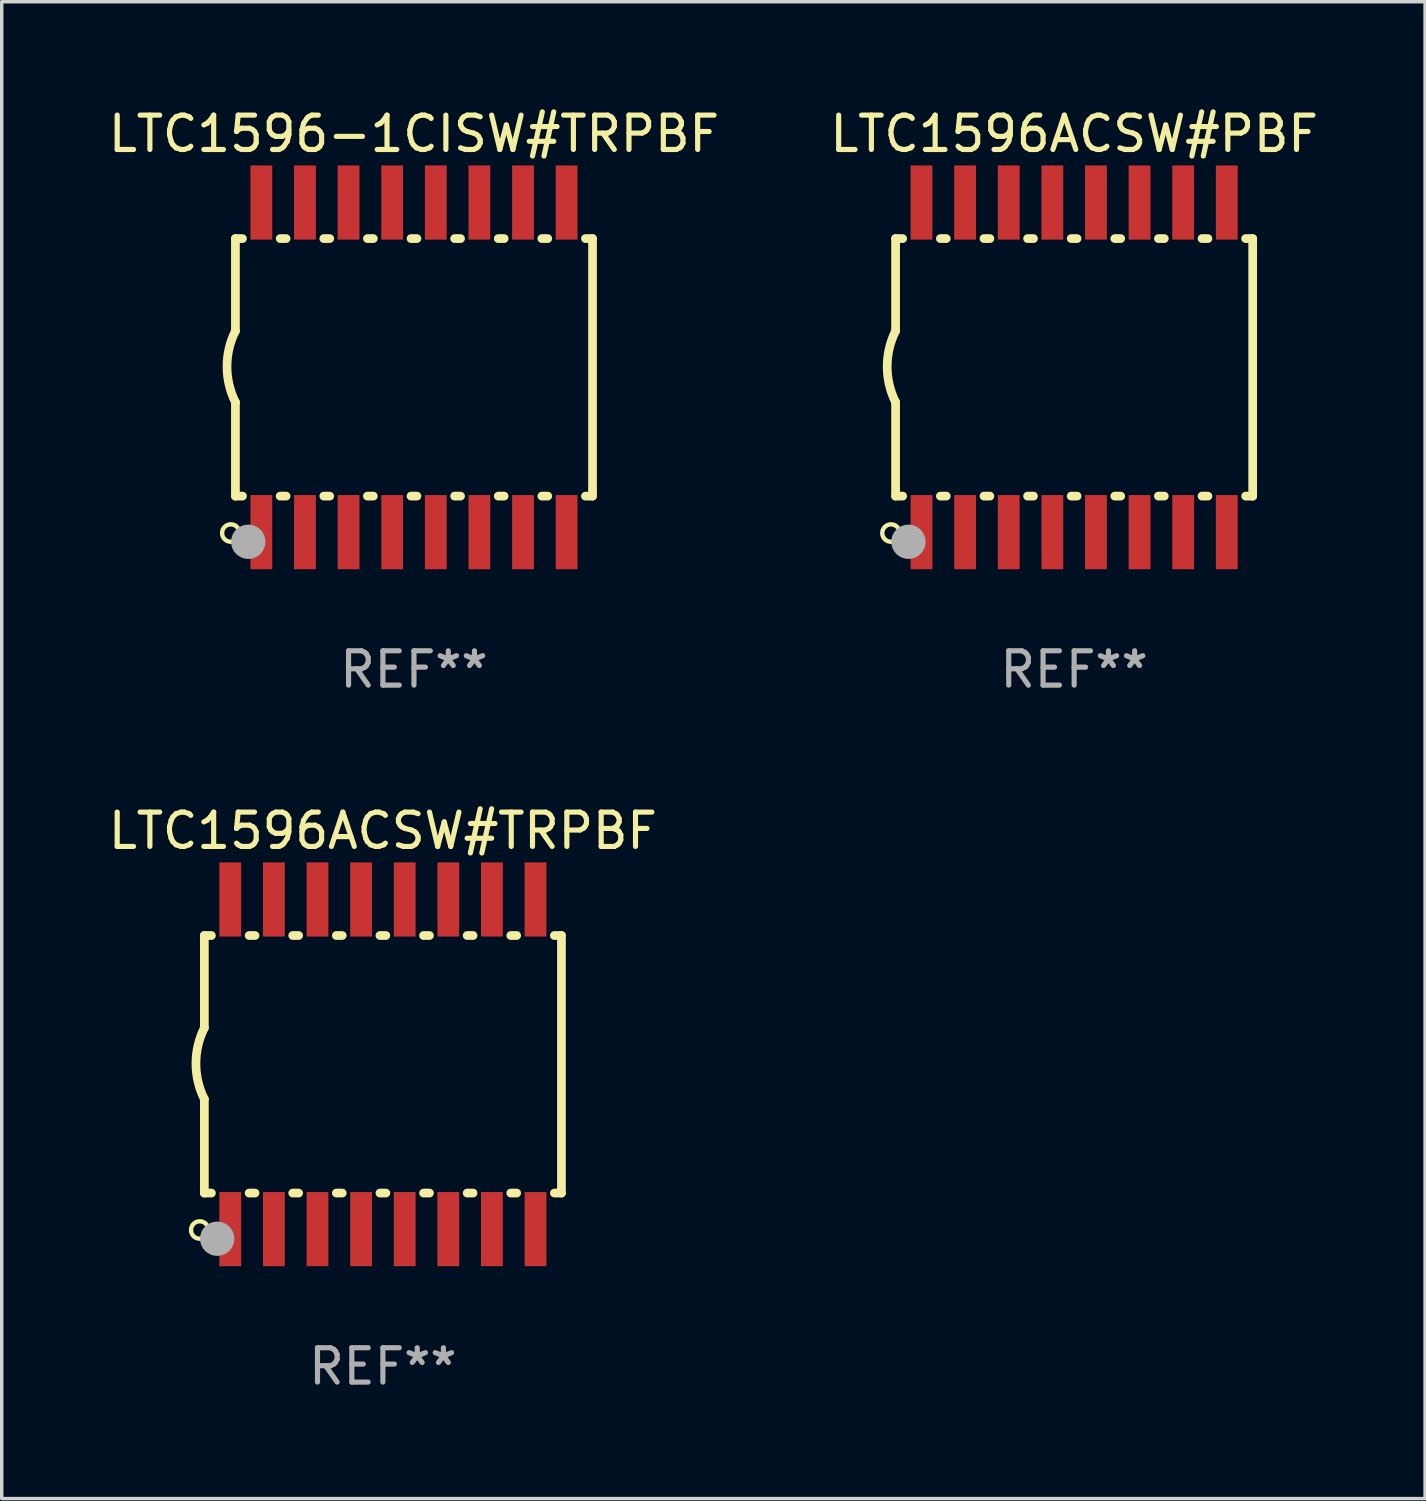
<source format=kicad_pcb>
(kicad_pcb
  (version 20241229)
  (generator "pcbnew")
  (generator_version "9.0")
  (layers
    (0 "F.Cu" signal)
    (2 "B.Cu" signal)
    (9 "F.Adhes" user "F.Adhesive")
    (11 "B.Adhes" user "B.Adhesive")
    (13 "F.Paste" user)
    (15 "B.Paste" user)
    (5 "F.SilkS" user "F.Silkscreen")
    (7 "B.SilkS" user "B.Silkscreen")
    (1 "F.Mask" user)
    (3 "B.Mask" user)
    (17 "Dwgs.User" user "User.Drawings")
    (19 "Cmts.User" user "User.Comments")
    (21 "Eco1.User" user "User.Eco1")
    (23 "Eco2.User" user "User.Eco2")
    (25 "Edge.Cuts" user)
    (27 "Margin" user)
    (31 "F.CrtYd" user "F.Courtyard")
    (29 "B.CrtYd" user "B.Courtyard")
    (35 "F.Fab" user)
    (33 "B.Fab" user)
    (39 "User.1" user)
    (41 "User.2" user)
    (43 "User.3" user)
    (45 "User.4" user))
  (footprint "LTC1596ACSW#TRPBF"
    (layer "F.Cu")
    (at 8.101 27.945)
    (property "Reference" "LTC1596ACSW#TRPBF" (at 0 -6.8 0) (layer "F.SilkS") (effects (font (size 1 1) (thickness 0.15))))
    (attr through_hole)
    (fp_line (start -5.2 -3.75) (end -5.2 -1.06) (stroke (width 0.254) (type solid)) (layer "F.SilkS"))
    (fp_line (start -5.2 -3.75) (end -4.994 -3.75) (stroke (width 0.254) (type solid)) (layer "F.SilkS"))
    (fp_line (start -5.2 3.75) (end -5.2 1.016) (stroke (width 0.254) (type solid)) (layer "F.SilkS"))
    (fp_line (start -5.2 3.75) (end -4.994 3.75) (stroke (width 0.254) (type solid)) (layer "F.SilkS"))
    (fp_line (start -3.896 -3.75) (end -3.724 -3.75) (stroke (width 0.254) (type solid)) (layer "F.SilkS"))
    (fp_line (start -3.896 3.75) (end -3.724 3.75) (stroke (width 0.254) (type solid)) (layer "F.SilkS"))
    (fp_line (start -2.626 -3.75) (end -2.454 -3.75) (stroke (width 0.254) (type solid)) (layer "F.SilkS"))
    (fp_line (start -2.626 3.75) (end -2.454 3.75) (stroke (width 0.254) (type solid)) (layer "F.SilkS"))
    (fp_line (start -1.356 -3.75) (end -1.184 -3.75) (stroke (width 0.254) (type solid)) (layer "F.SilkS"))
    (fp_line (start -1.356 3.75) (end -1.184 3.75) (stroke (width 0.254) (type solid)) (layer "F.SilkS"))
    (fp_line (start -0.086 -3.75) (end 0.086 -3.75) (stroke (width 0.254) (type solid)) (layer "F.SilkS"))
    (fp_line (start -0.086 3.75) (end 0.086 3.75) (stroke (width 0.254) (type solid)) (layer "F.SilkS"))
    (fp_line (start 1.184 -3.75) (end 1.356 -3.75) (stroke (width 0.254) (type solid)) (layer "F.SilkS"))
    (fp_line (start 1.184 3.75) (end 1.356 3.75) (stroke (width 0.254) (type solid)) (layer "F.SilkS"))
    (fp_line (start 2.454 -3.75) (end 2.626 -3.75) (stroke (width 0.254) (type solid)) (layer "F.SilkS"))
    (fp_line (start 2.454 3.75) (end 2.626 3.75) (stroke (width 0.254) (type solid)) (layer "F.SilkS"))
    (fp_line (start 3.724 -3.75) (end 3.896 -3.75) (stroke (width 0.254) (type solid)) (layer "F.SilkS"))
    (fp_line (start 3.724 3.75) (end 3.896 3.75) (stroke (width 0.254) (type solid)) (layer "F.SilkS"))
    (fp_line (start 4.994 -3.75) (end 5.2 -3.75) (stroke (width 0.254) (type solid)) (layer "F.SilkS"))
    (fp_line (start 4.994 3.75) (end 5.2 3.75) (stroke (width 0.254) (type solid)) (layer "F.SilkS"))
    (fp_line (start 5.2 3.75) (end 5.2 -3.75) (stroke (width 0.254) (type solid)) (layer "F.SilkS"))
    (fp_arc (start -5.199391 1.016002) (mid -5.444637 -0.021925) (end -5.2 -1.059995) (stroke (width 0.254001) (type solid)) (layer "F.SilkS"))
    (fp_circle (center -5.334 4.826) (end -5.08 4.826) (stroke (width 0.127) (type solid)) (fill no) (layer "F.SilkS"))
    (fp_circle (center -5.15 5.15) (end -5.12 5.15) (stroke (width 0.06) (type solid)) (fill no) (layer "F.SilkS"))
    (fp_circle (center -4.826 5.08) (end -4.576 5.08) (stroke (width 0.5) (type solid)) (fill no) (layer "F.Fab"))
    (fp_text user "REF**" (at 0 8.8 0) (layer "F.Fab") (effects (font (size 1 1) (thickness 0.15))))
    (pad "1" smd rect (at -4.445 4.8) (size 0.635 2.16) (layers "F.Cu" "F.Mask" "F.Paste"))
    (pad "2" smd rect (at -3.175 4.8) (size 0.635 2.16) (layers "F.Cu" "F.Mask" "F.Paste"))
    (pad "3" smd rect (at -1.905 4.8) (size 0.635 2.16) (layers "F.Cu" "F.Mask" "F.Paste"))
    (pad "4" smd rect (at -0.635 4.8) (size 0.635 2.16) (layers "F.Cu" "F.Mask" "F.Paste"))
    (pad "5" smd rect (at 0.635 4.8) (size 0.635 2.16) (layers "F.Cu" "F.Mask" "F.Paste"))
    (pad "6" smd rect (at 1.905 4.8) (size 0.635 2.16) (layers "F.Cu" "F.Mask" "F.Paste"))
    (pad "7" smd rect (at 3.175 4.8) (size 0.635 2.16) (layers "F.Cu" "F.Mask" "F.Paste"))
    (pad "8" smd rect (at 4.445 4.8) (size 0.635 2.16) (layers "F.Cu" "F.Mask" "F.Paste"))
    (pad "9" smd rect (at 4.445 -4.8) (size 0.635 2.16) (layers "F.Cu" "F.Mask" "F.Paste"))
    (pad "10" smd rect (at 3.175 -4.8) (size 0.635 2.16) (layers "F.Cu" "F.Mask" "F.Paste"))
    (pad "11" smd rect (at 1.905 -4.8) (size 0.635 2.16) (layers "F.Cu" "F.Mask" "F.Paste"))
    (pad "12" smd rect (at 0.635 -4.8) (size 0.635 2.16) (layers "F.Cu" "F.Mask" "F.Paste"))
    (pad "13" smd rect (at -0.635 -4.8) (size 0.635 2.16) (layers "F.Cu" "F.Mask" "F.Paste"))
    (pad "14" smd rect (at -1.905 -4.8) (size 0.635 2.16) (layers "F.Cu" "F.Mask" "F.Paste"))
    (pad "15" smd rect (at -3.175 -4.8) (size 0.635 2.16) (layers "F.Cu" "F.Mask" "F.Paste"))
    (pad "16" smd rect (at -4.445 -4.8) (size 0.635 2.16) (layers "F.Cu" "F.Mask" "F.Paste")))
  (footprint "LTC1596ACSW#PBF"
    (layer "F.Cu")
    (at 28.232 7.648)
    (property "Reference" "LTC1596ACSW#PBF" (at 0 -6.8 0) (layer "F.SilkS") (effects (font (size 1 1) (thickness 0.15))))
    (attr through_hole)
    (fp_line (start -5.2 -3.75) (end -5.2 -1.06) (stroke (width 0.254) (type solid)) (layer "F.SilkS"))
    (fp_line (start -5.2 -3.75) (end -4.994 -3.75) (stroke (width 0.254) (type solid)) (layer "F.SilkS"))
    (fp_line (start -5.2 3.75) (end -5.2 1.016) (stroke (width 0.254) (type solid)) (layer "F.SilkS"))
    (fp_line (start -5.2 3.75) (end -4.994 3.75) (stroke (width 0.254) (type solid)) (layer "F.SilkS"))
    (fp_line (start -3.896 -3.75) (end -3.724 -3.75) (stroke (width 0.254) (type solid)) (layer "F.SilkS"))
    (fp_line (start -3.896 3.75) (end -3.724 3.75) (stroke (width 0.254) (type solid)) (layer "F.SilkS"))
    (fp_line (start -2.626 -3.75) (end -2.454 -3.75) (stroke (width 0.254) (type solid)) (layer "F.SilkS"))
    (fp_line (start -2.626 3.75) (end -2.454 3.75) (stroke (width 0.254) (type solid)) (layer "F.SilkS"))
    (fp_line (start -1.356 -3.75) (end -1.184 -3.75) (stroke (width 0.254) (type solid)) (layer "F.SilkS"))
    (fp_line (start -1.356 3.75) (end -1.184 3.75) (stroke (width 0.254) (type solid)) (layer "F.SilkS"))
    (fp_line (start -0.086 -3.75) (end 0.086 -3.75) (stroke (width 0.254) (type solid)) (layer "F.SilkS"))
    (fp_line (start -0.086 3.75) (end 0.086 3.75) (stroke (width 0.254) (type solid)) (layer "F.SilkS"))
    (fp_line (start 1.184 -3.75) (end 1.356 -3.75) (stroke (width 0.254) (type solid)) (layer "F.SilkS"))
    (fp_line (start 1.184 3.75) (end 1.356 3.75) (stroke (width 0.254) (type solid)) (layer "F.SilkS"))
    (fp_line (start 2.454 -3.75) (end 2.626 -3.75) (stroke (width 0.254) (type solid)) (layer "F.SilkS"))
    (fp_line (start 2.454 3.75) (end 2.626 3.75) (stroke (width 0.254) (type solid)) (layer "F.SilkS"))
    (fp_line (start 3.724 -3.75) (end 3.896 -3.75) (stroke (width 0.254) (type solid)) (layer "F.SilkS"))
    (fp_line (start 3.724 3.75) (end 3.896 3.75) (stroke (width 0.254) (type solid)) (layer "F.SilkS"))
    (fp_line (start 4.994 -3.75) (end 5.2 -3.75) (stroke (width 0.254) (type solid)) (layer "F.SilkS"))
    (fp_line (start 4.994 3.75) (end 5.2 3.75) (stroke (width 0.254) (type solid)) (layer "F.SilkS"))
    (fp_line (start 5.2 3.75) (end 5.2 -3.75) (stroke (width 0.254) (type solid)) (layer "F.SilkS"))
    (fp_arc (start -5.199391 1.016002) (mid -5.444637 -0.021925) (end -5.2 -1.059995) (stroke (width 0.254001) (type solid)) (layer "F.SilkS"))
    (fp_circle (center -5.334 4.826) (end -5.08 4.826) (stroke (width 0.127) (type solid)) (fill no) (layer "F.SilkS"))
    (fp_circle (center -5.15 5.15) (end -5.12 5.15) (stroke (width 0.06) (type solid)) (fill no) (layer "F.SilkS"))
    (fp_circle (center -4.826 5.08) (end -4.576 5.08) (stroke (width 0.5) (type solid)) (fill no) (layer "F.Fab"))
    (fp_text user "REF**" (at 0 8.8 0) (layer "F.Fab") (effects (font (size 1 1) (thickness 0.15))))
    (pad "1" smd rect (at -4.445 4.8) (size 0.635 2.16) (layers "F.Cu" "F.Mask" "F.Paste"))
    (pad "2" smd rect (at -3.175 4.8) (size 0.635 2.16) (layers "F.Cu" "F.Mask" "F.Paste"))
    (pad "3" smd rect (at -1.905 4.8) (size 0.635 2.16) (layers "F.Cu" "F.Mask" "F.Paste"))
    (pad "4" smd rect (at -0.635 4.8) (size 0.635 2.16) (layers "F.Cu" "F.Mask" "F.Paste"))
    (pad "5" smd rect (at 0.635 4.8) (size 0.635 2.16) (layers "F.Cu" "F.Mask" "F.Paste"))
    (pad "6" smd rect (at 1.905 4.8) (size 0.635 2.16) (layers "F.Cu" "F.Mask" "F.Paste"))
    (pad "7" smd rect (at 3.175 4.8) (size 0.635 2.16) (layers "F.Cu" "F.Mask" "F.Paste"))
    (pad "8" smd rect (at 4.445 4.8) (size 0.635 2.16) (layers "F.Cu" "F.Mask" "F.Paste"))
    (pad "9" smd rect (at 4.445 -4.8) (size 0.635 2.16) (layers "F.Cu" "F.Mask" "F.Paste"))
    (pad "10" smd rect (at 3.175 -4.8) (size 0.635 2.16) (layers "F.Cu" "F.Mask" "F.Paste"))
    (pad "11" smd rect (at 1.905 -4.8) (size 0.635 2.16) (layers "F.Cu" "F.Mask" "F.Paste"))
    (pad "12" smd rect (at 0.635 -4.8) (size 0.635 2.16) (layers "F.Cu" "F.Mask" "F.Paste"))
    (pad "13" smd rect (at -0.635 -4.8) (size 0.635 2.16) (layers "F.Cu" "F.Mask" "F.Paste"))
    (pad "14" smd rect (at -1.905 -4.8) (size 0.635 2.16) (layers "F.Cu" "F.Mask" "F.Paste"))
    (pad "15" smd rect (at -3.175 -4.8) (size 0.635 2.16) (layers "F.Cu" "F.Mask" "F.Paste"))
    (pad "16" smd rect (at -4.445 -4.8) (size 0.635 2.16) (layers "F.Cu" "F.Mask" "F.Paste")))
  (footprint "LTC1596-1CISW#TRPBF"
    (layer "F.Cu")
    (at 9.006 7.648)
    (property "Reference" "LTC1596-1CISW#TRPBF" (at 0 -6.8 0) (layer "F.SilkS") (effects (font (size 1 1) (thickness 0.15))))
    (attr through_hole)
    (fp_line (start -5.2 -3.75) (end -5.2 -1.06) (stroke (width 0.254) (type solid)) (layer "F.SilkS"))
    (fp_line (start -5.2 -3.75) (end -4.994 -3.75) (stroke (width 0.254) (type solid)) (layer "F.SilkS"))
    (fp_line (start -5.2 3.75) (end -5.2 1.016) (stroke (width 0.254) (type solid)) (layer "F.SilkS"))
    (fp_line (start -5.2 3.75) (end -4.994 3.75) (stroke (width 0.254) (type solid)) (layer "F.SilkS"))
    (fp_line (start -3.896 -3.75) (end -3.724 -3.75) (stroke (width 0.254) (type solid)) (layer "F.SilkS"))
    (fp_line (start -3.896 3.75) (end -3.724 3.75) (stroke (width 0.254) (type solid)) (layer "F.SilkS"))
    (fp_line (start -2.626 -3.75) (end -2.454 -3.75) (stroke (width 0.254) (type solid)) (layer "F.SilkS"))
    (fp_line (start -2.626 3.75) (end -2.454 3.75) (stroke (width 0.254) (type solid)) (layer "F.SilkS"))
    (fp_line (start -1.356 -3.75) (end -1.184 -3.75) (stroke (width 0.254) (type solid)) (layer "F.SilkS"))
    (fp_line (start -1.356 3.75) (end -1.184 3.75) (stroke (width 0.254) (type solid)) (layer "F.SilkS"))
    (fp_line (start -0.086 -3.75) (end 0.086 -3.75) (stroke (width 0.254) (type solid)) (layer "F.SilkS"))
    (fp_line (start -0.086 3.75) (end 0.086 3.75) (stroke (width 0.254) (type solid)) (layer "F.SilkS"))
    (fp_line (start 1.184 -3.75) (end 1.356 -3.75) (stroke (width 0.254) (type solid)) (layer "F.SilkS"))
    (fp_line (start 1.184 3.75) (end 1.356 3.75) (stroke (width 0.254) (type solid)) (layer "F.SilkS"))
    (fp_line (start 2.454 -3.75) (end 2.626 -3.75) (stroke (width 0.254) (type solid)) (layer "F.SilkS"))
    (fp_line (start 2.454 3.75) (end 2.626 3.75) (stroke (width 0.254) (type solid)) (layer "F.SilkS"))
    (fp_line (start 3.724 -3.75) (end 3.896 -3.75) (stroke (width 0.254) (type solid)) (layer "F.SilkS"))
    (fp_line (start 3.724 3.75) (end 3.896 3.75) (stroke (width 0.254) (type solid)) (layer "F.SilkS"))
    (fp_line (start 4.994 -3.75) (end 5.2 -3.75) (stroke (width 0.254) (type solid)) (layer "F.SilkS"))
    (fp_line (start 4.994 3.75) (end 5.2 3.75) (stroke (width 0.254) (type solid)) (layer "F.SilkS"))
    (fp_line (start 5.2 3.75) (end 5.2 -3.75) (stroke (width 0.254) (type solid)) (layer "F.SilkS"))
    (fp_arc (start -5.199391 1.016002) (mid -5.444637 -0.021925) (end -5.2 -1.059995) (stroke (width 0.254001) (type solid)) (layer "F.SilkS"))
    (fp_circle (center -5.334 4.826) (end -5.08 4.826) (stroke (width 0.127) (type solid)) (fill no) (layer "F.SilkS"))
    (fp_circle (center -5.15 5.15) (end -5.12 5.15) (stroke (width 0.06) (type solid)) (fill no) (layer "F.SilkS"))
    (fp_circle (center -4.826 5.08) (end -4.576 5.08) (stroke (width 0.5) (type solid)) (fill no) (layer "F.Fab"))
    (fp_text user "REF**" (at 0 8.8 0) (layer "F.Fab") (effects (font (size 1 1) (thickness 0.15))))
    (pad "1" smd rect (at -4.445 4.8) (size 0.635 2.16) (layers "F.Cu" "F.Mask" "F.Paste"))
    (pad "2" smd rect (at -3.175 4.8) (size 0.635 2.16) (layers "F.Cu" "F.Mask" "F.Paste"))
    (pad "3" smd rect (at -1.905 4.8) (size 0.635 2.16) (layers "F.Cu" "F.Mask" "F.Paste"))
    (pad "4" smd rect (at -0.635 4.8) (size 0.635 2.16) (layers "F.Cu" "F.Mask" "F.Paste"))
    (pad "5" smd rect (at 0.635 4.8) (size 0.635 2.16) (layers "F.Cu" "F.Mask" "F.Paste"))
    (pad "6" smd rect (at 1.905 4.8) (size 0.635 2.16) (layers "F.Cu" "F.Mask" "F.Paste"))
    (pad "7" smd rect (at 3.175 4.8) (size 0.635 2.16) (layers "F.Cu" "F.Mask" "F.Paste"))
    (pad "8" smd rect (at 4.445 4.8) (size 0.635 2.16) (layers "F.Cu" "F.Mask" "F.Paste"))
    (pad "9" smd rect (at 4.445 -4.8) (size 0.635 2.16) (layers "F.Cu" "F.Mask" "F.Paste"))
    (pad "10" smd rect (at 3.175 -4.8) (size 0.635 2.16) (layers "F.Cu" "F.Mask" "F.Paste"))
    (pad "11" smd rect (at 1.905 -4.8) (size 0.635 2.16) (layers "F.Cu" "F.Mask" "F.Paste"))
    (pad "12" smd rect (at 0.635 -4.8) (size 0.635 2.16) (layers "F.Cu" "F.Mask" "F.Paste"))
    (pad "13" smd rect (at -0.635 -4.8) (size 0.635 2.16) (layers "F.Cu" "F.Mask" "F.Paste"))
    (pad "14" smd rect (at -1.905 -4.8) (size 0.635 2.16) (layers "F.Cu" "F.Mask" "F.Paste"))
    (pad "15" smd rect (at -3.175 -4.8) (size 0.635 2.16) (layers "F.Cu" "F.Mask" "F.Paste"))
    (pad "16" smd rect (at -4.445 -4.8) (size 0.635 2.16) (layers "F.Cu" "F.Mask" "F.Paste")))
  (gr_rect
    (start -3 -3)
    (end 38.452 40.593)
    (stroke (width 0.1) (type default))
    (fill no)
    (layer "Edge.Cuts")))
</source>
